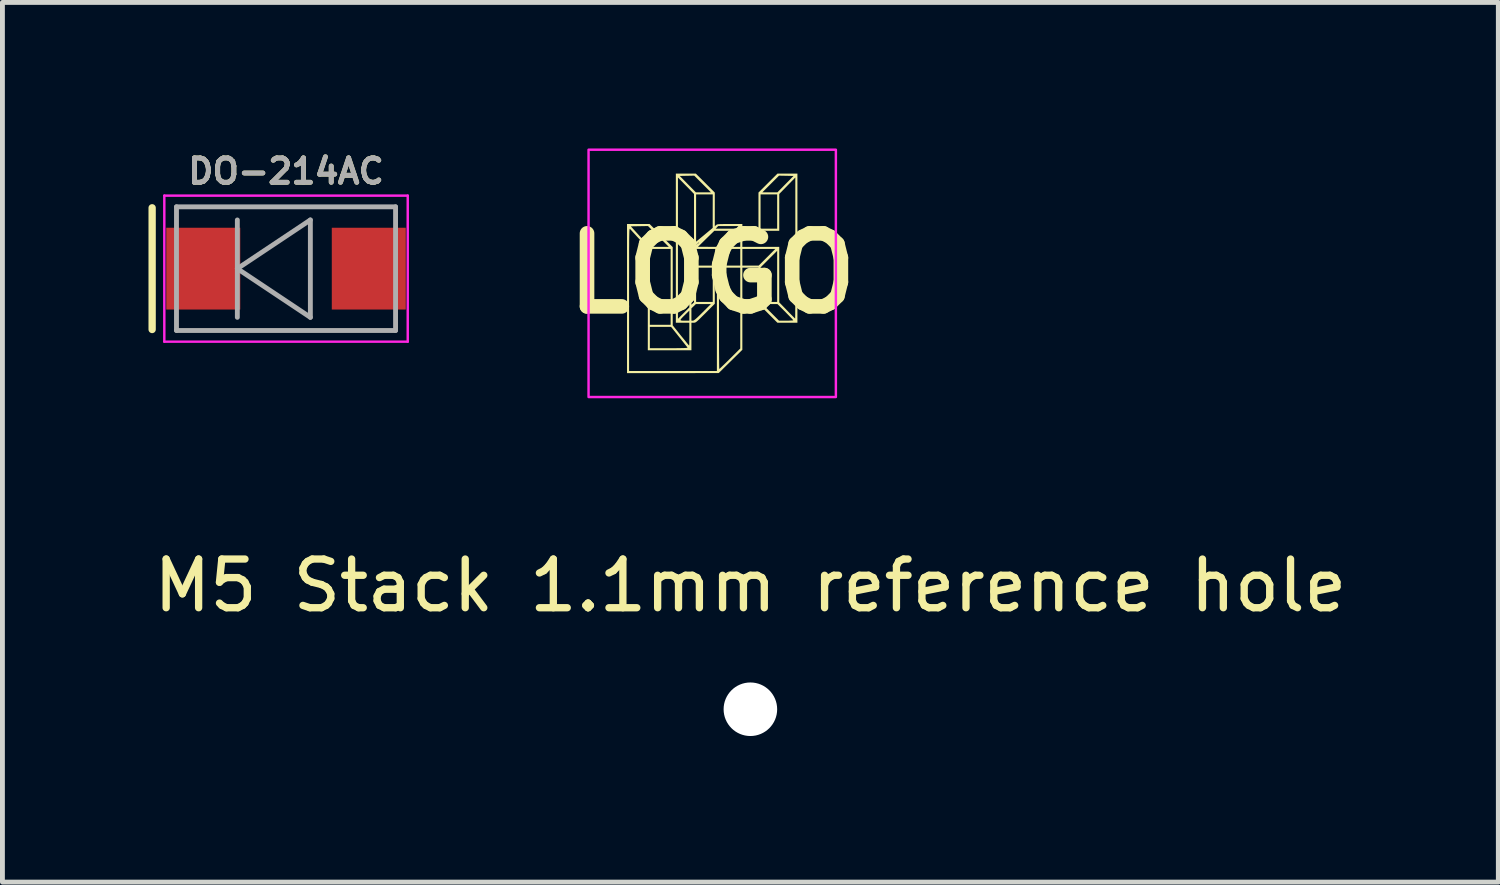
<source format=kicad_pcb>
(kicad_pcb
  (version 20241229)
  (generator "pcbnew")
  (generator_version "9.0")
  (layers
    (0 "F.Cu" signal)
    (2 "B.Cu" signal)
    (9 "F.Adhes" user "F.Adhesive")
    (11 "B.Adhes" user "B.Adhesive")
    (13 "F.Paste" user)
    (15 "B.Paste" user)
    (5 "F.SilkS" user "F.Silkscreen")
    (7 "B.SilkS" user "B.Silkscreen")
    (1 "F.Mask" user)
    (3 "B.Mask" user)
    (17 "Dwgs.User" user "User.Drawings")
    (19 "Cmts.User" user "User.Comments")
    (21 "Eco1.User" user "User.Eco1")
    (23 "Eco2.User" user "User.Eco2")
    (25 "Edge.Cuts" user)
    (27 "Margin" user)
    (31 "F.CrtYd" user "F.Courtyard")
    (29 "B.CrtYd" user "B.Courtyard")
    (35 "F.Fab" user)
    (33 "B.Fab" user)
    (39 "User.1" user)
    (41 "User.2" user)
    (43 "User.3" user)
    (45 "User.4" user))
  (footprint "M5 Stack 1.1mm reference hole"
    (layer "F.Cu")
    (at 12.363 11.518)
    (property "Reference" "M5 Stack 1.1mm reference hole" (at 0 -2.54 0) (layer "F.SilkS") (effects (font (size 1 1) (thickness 0.15))))
    (attr through_hole board_only exclude_from_pos_files exclude_from_bom allow_missing_courtyard)
    (pad "" np_thru_hole circle (at 0 0) (size 1.1 1.1) (drill 1.1) (layers "*.Cu" "*.Mask")))
  (footprint "LOGO"
    (layer "F.Cu")
    (at 11.579 2.565)
    (property "Reference" "LOGO" (at 0 0 0) (layer "F.SilkS") (effects (font (size 1.5 1.5) (thickness 0.3))))
    (attr board_only exclude_from_pos_files exclude_from_bom)
    (fp_poly (pts (xy -0.141 -1.854) (xy 0.053 -1.659) (xy 0.053 -1.313) (xy 0.053 -0.967) (xy 0.078 -0.991) (xy 0.087 -0.998) (xy 0.096 -1.003) (xy 0.11 -1.008) (xy 0.131 -1.01) (xy 0.162 -1.012) (xy 0.205 -1.013) (xy 0.263 -1.014) (xy 0.339 -1.014) (xy 0.361 -1.014) (xy 0.619 -1.014) (xy 0.619 -0.966) (xy 0.619 -0.918) (xy 0.784 -0.918) (xy 0.95 -0.918) (xy 0.95 -1.289) (xy 0.95 -1.622) (xy 0.993 -1.622) (xy 0.993 -1.27) (xy 0.993 -0.918) (xy 1.163 -0.918) (xy 1.334 -0.918) (xy 1.334 -1.27) (xy 1.334 -1.622) (xy 1.163 -1.622) (xy 0.993 -1.622) (xy 0.95 -1.622) (xy 0.95 -1.66) (xy 0.955 -1.665) (xy 1.03 -1.665) (xy 1.185 -1.665) (xy 1.34 -1.665) (xy 1.505 -1.833) (xy 1.67 -2.001) (xy 1.521 -2.004) (xy 1.372 -2.007) (xy 1.201 -1.836) (xy 1.03 -1.665) (xy 0.955 -1.665) (xy 1.145 -1.854) (xy 1.34 -2.049) (xy 1.545 -2.049) (xy 1.75 -2.049) (xy 1.75 -0.518) (xy 1.75 1.014) (xy 1.545 1.014) (xy 1.339 1.014) (xy 1.144 0.819) (xy 0.955 0.63) (xy 1.03 0.63) (xy 1.201 0.8) (xy 1.371 0.971) (xy 1.518 0.971) (xy 1.571 0.971) (xy 1.616 0.969) (xy 1.648 0.967) (xy 1.664 0.965) (xy 1.665 0.964) (xy 1.658 0.955) (xy 1.638 0.932) (xy 1.607 0.9) (xy 1.567 0.859) (xy 1.521 0.812) (xy 1.503 0.793) (xy 1.34 0.63) (xy 1.185 0.63) (xy 1.03 0.63) (xy 0.955 0.63) (xy 0.95 0.624) (xy 0.95 0.587) (xy 0.993 0.587) (xy 1.163 0.587) (xy 1.334 0.587) (xy 1.334 0.061) (xy 1.334 -0.464) (xy 1.163 -0.293) (xy 0.993 -0.123) (xy 0.993 0.232) (xy 0.993 0.587) (xy 0.95 0.587) (xy 0.95 0.253) (xy 0.95 -0.117) (xy 0.784 -0.117) (xy 0.619 -0.117) (xy 0.619 0.726) (xy 0.619 1.57) (xy 0.376 1.809) (xy 0.133 2.048) (xy -0.808 2.049) (xy -1.75 2.049) (xy -1.75 2.006) (xy -1.708 2.006) (xy -0.806 2.006) (xy 0.096 2.006) (xy 0.096 0.944) (xy 0.096 0.771) (xy 0.096 0.617) (xy 0.096 0.482) (xy 0.096 0.365) (xy 0.095 0.264) (xy 0.095 0.178) (xy 0.095 0.106) (xy 0.094 0.047) (xy 0.093 -0.001) (xy 0.092 -0.038) (xy 0.09 -0.066) (xy 0.089 -0.087) (xy 0.087 -0.101) (xy 0.084 -0.11) (xy 0.082 -0.115) (xy 0.079 -0.117) (xy 0.075 -0.117) (xy 0.075 -0.117) (xy 0.139 -0.117) (xy 0.139 0.923) (xy 0.139 1.07) (xy 0.139 1.211) (xy 0.139 1.344) (xy 0.14 1.468) (xy 0.14 1.582) (xy 0.141 1.684) (xy 0.142 1.772) (xy 0.142 1.845) (xy 0.143 1.902) (xy 0.144 1.941) (xy 0.145 1.961) (xy 0.146 1.964) (xy 0.155 1.956) (xy 0.177 1.936) (xy 0.21 1.904) (xy 0.253 1.863) (xy 0.302 1.815) (xy 0.357 1.761) (xy 0.364 1.754) (xy 0.576 1.543) (xy 0.576 0.713) (xy 0.576 -0.117) (xy 0.358 -0.117) (xy 0.139 -0.117) (xy 0.075 -0.117) (xy 0.069 -0.117) (xy 0.064 -0.114) (xy 0.061 -0.106) (xy 0.058 -0.092) (xy 0.056 -0.069) (xy 0.055 -0.035) (xy 0.054 0.012) (xy 0.054 0.075) (xy 0.053 0.154) (xy 0.053 0.252) (xy 0.053 0.253) (xy 0.053 0.624) (xy -0.141 0.819) (xy -0.201 0.878) (xy -0.247 0.924) (xy -0.282 0.958) (xy -0.309 0.982) (xy -0.329 0.998) (xy -0.345 1.008) (xy -0.359 1.012) (xy -0.372 1.014) (xy -0.381 1.014) (xy -0.427 1.014) (xy -0.427 1.297) (xy -0.427 1.579) (xy -0.875 1.579) (xy -1.323 1.579) (xy -1.323 1.099) (xy -1.281 1.099) (xy -1.281 1.318) (xy -1.281 1.537) (xy -0.891 1.537) (xy -0.786 1.537) (xy -0.7 1.536) (xy -0.633 1.535) (xy -0.582 1.534) (xy -0.546 1.532) (xy -0.522 1.53) (xy -0.511 1.527) (xy -0.508 1.524) (xy -0.508 1.523) (xy -0.517 1.512) (xy -0.537 1.486) (xy -0.567 1.448) (xy -0.604 1.401) (xy -0.647 1.347) (xy -0.681 1.305) (xy -0.845 1.099) (xy -1.063 1.099) (xy -1.281 1.099) (xy -1.323 1.099) (xy -1.323 0.534) (xy -1.323 -0.502) (xy -1.281 -0.502) (xy -1.281 0.277) (xy -1.281 1.057) (xy -1.067 1.057) (xy -0.854 1.057) (xy -0.854 0.277) (xy -0.854 -0.502) (xy -1.067 -0.502) (xy -1.281 -0.502) (xy -1.323 -0.502) (xy -1.323 -0.512) (xy -1.495 -0.702) (xy -1.545 -0.756) (xy -1.59 -0.806) (xy -1.63 -0.849) (xy -1.661 -0.883) (xy -1.681 -0.905) (xy -1.688 -0.912) (xy -1.69 -0.915) (xy -1.693 -0.915) (xy -1.695 -0.913) (xy -1.697 -0.907) (xy -1.699 -0.896) (xy -1.701 -0.879) (xy -1.702 -0.855) (xy -1.703 -0.823) (xy -1.704 -0.782) (xy -1.705 -0.731) (xy -1.706 -0.669) (xy -1.706 -0.594) (xy -1.707 -0.507) (xy -1.707 -0.405) (xy -1.707 -0.287) (xy -1.707 -0.154) (xy -1.707 -0.003) (xy -1.708 0.166) (xy -1.708 0.355) (xy -1.708 0.537) (xy -1.708 2.006) (xy -1.75 2.006) (xy -1.75 0.518) (xy -1.75 -0.966) (xy -1.672 -0.966) (xy -1.48 -0.755) (xy -1.288 -0.544) (xy -1.09 -0.544) (xy -0.891 -0.544) (xy -1.105 -0.758) (xy -1.319 -0.972) (xy -1.495 -0.969) (xy -1.672 -0.966) (xy -1.75 -0.966) (xy -1.75 -1.014) (xy -1.518 -1.014) (xy -1.286 -1.014) (xy -1.048 -0.776) (xy -0.811 -0.539) (xy -0.811 0.264) (xy -0.811 1.068) (xy -0.645 1.276) (xy -0.599 1.332) (xy -0.557 1.383) (xy -0.523 1.426) (xy -0.496 1.459) (xy -0.479 1.478) (xy -0.474 1.483) (xy -0.473 1.473) (xy -0.471 1.445) (xy -0.471 1.401) (xy -0.47 1.345) (xy -0.47 1.28) (xy -0.47 1.249) (xy -0.47 1.014) (xy -0.608 1.014) (xy -0.747 1.014) (xy -0.747 0.962) (xy -0.651 0.962) (xy -0.638 0.968) (xy -0.612 0.971) (xy -0.571 0.971) (xy -0.566 0.971) (xy -0.47 0.971) (xy -0.427 0.971) (xy -0.397 0.971) (xy -0.385 0.969) (xy -0.368 0.959) (xy -0.346 0.942) (xy -0.315 0.915) (xy -0.274 0.876) (xy -0.222 0.825) (xy -0.197 0.8) (xy -0.027 0.63) (xy -0.181 0.63) (xy -0.335 0.63) (xy -0.381 0.675) (xy -0.427 0.719) (xy -0.427 0.845) (xy -0.427 0.971) (xy -0.47 0.971) (xy -0.47 0.867) (xy -0.47 0.764) (xy -0.556 0.849) (xy -0.602 0.894) (xy -0.633 0.927) (xy -0.649 0.949) (xy -0.651 0.962) (xy -0.747 0.962) (xy -0.747 0.933) (xy -0.704 0.933) (xy -0.587 0.816) (xy -0.47 0.699) (xy -0.469 0.08) (xy -0.469 -0.502) (xy -0.427 -0.502) (xy -0.427 0.071) (xy -0.427 0.644) (xy -0.4 0.619) (xy -0.374 0.594) (xy -0.374 0.217) (xy -0.374 -0.117) (xy -0.331 -0.117) (xy -0.331 0.235) (xy -0.331 0.587) (xy -0.16 0.587) (xy 0.011 0.587) (xy 0.011 0.235) (xy 0.011 -0.117) (xy -0.16 -0.117) (xy -0.331 -0.117) (xy -0.374 -0.117) (xy -0.374 -0.16) (xy -0.139 -0.16) (xy 0.096 -0.16) (xy 0.096 -0.331) (xy 0.096 -0.502) (xy 0.139 -0.502) (xy 0.139 -0.331) (xy 0.139 -0.16) (xy 0.358 -0.16) (xy 0.576 -0.16) (xy 0.576 -0.331) (xy 0.576 -0.502) (xy 0.619 -0.502) (xy 0.619 -0.331) (xy 0.619 -0.16) (xy 0.787 -0.16) (xy 0.955 -0.16) (xy 1.126 -0.331) (xy 1.296 -0.502) (xy 0.958 -0.502) (xy 0.619 -0.502) (xy 0.576 -0.502) (xy 0.358 -0.502) (xy 0.139 -0.502) (xy 0.096 -0.502) (xy -0.165 -0.502) (xy -0.427 -0.502) (xy -0.469 -0.502) (xy -0.469 -0.539) (xy -0.461 -0.545) (xy -0.293 -0.545) (xy -0.094 -0.545) (xy 0.105 -0.544) (xy 0.176 -0.544) (xy 0.376 -0.544) (xy 0.576 -0.544) (xy 0.619 -0.544) (xy 0.998 -0.544) (xy 1.377 -0.544) (xy 1.377 0.026) (xy 1.377 0.596) (xy 1.538 0.762) (xy 1.585 0.811) (xy 1.628 0.854) (xy 1.663 0.889) (xy 1.688 0.914) (xy 1.702 0.927) (xy 1.703 0.928) (xy 1.704 0.918) (xy 1.704 0.887) (xy 1.705 0.838) (xy 1.705 0.771) (xy 1.706 0.687) (xy 1.706 0.588) (xy 1.706 0.476) (xy 1.707 0.35) (xy 1.707 0.213) (xy 1.707 0.066) (xy 1.707 -0.091) (xy 1.707 -0.255) (xy 1.707 -0.426) (xy 1.707 -0.52) (xy 1.707 -1.969) (xy 1.542 -1.8) (xy 1.377 -1.631) (xy 1.377 -1.253) (xy 1.377 -0.875) (xy 0.998 -0.875) (xy 0.619 -0.875) (xy 0.619 -0.71) (xy 0.619 -0.544) (xy 0.576 -0.544) (xy 0.576 -0.71) (xy 0.576 -0.875) (xy 0.541 -0.875) (xy 0.528 -0.874) (xy 0.514 -0.868) (xy 0.496 -0.856) (xy 0.472 -0.836) (xy 0.44 -0.807) (xy 0.398 -0.766) (xy 0.343 -0.711) (xy 0.342 -0.71) (xy 0.176 -0.544) (xy 0.105 -0.544) (xy 0.274 -0.709) (xy 0.443 -0.874) (xy 0.244 -0.875) (xy 0.044 -0.875) (xy -0.125 -0.71) (xy -0.293 -0.545) (xy -0.461 -0.545) (xy -0.421 -0.576) (xy -0.401 -0.592) (xy -0.331 -0.592) (xy -0.326 -0.587) (xy -0.32 -0.592) (xy -0.326 -0.598) (xy -0.307 -0.598) (xy -0.297 -0.605) (xy -0.283 -0.619) (xy -0.27 -0.634) (xy -0.269 -0.64) (xy -0.279 -0.633) (xy -0.293 -0.619) (xy -0.306 -0.604) (xy -0.307 -0.598) (xy -0.326 -0.598) (xy -0.331 -0.592) (xy -0.401 -0.592) (xy -0.374 -0.614) (xy -0.374 -1.123) (xy -0.374 -1.622) (xy -0.331 -1.622) (xy -0.331 -1.136) (xy -0.331 -0.651) (xy -0.16 -0.792) (xy -0.009 -0.918) (xy 0.071 -0.918) (xy 0.279 -0.918) (xy 0.487 -0.918) (xy 0.492 -0.923) (xy 0.566 -0.923) (xy 0.571 -0.918) (xy 0.576 -0.923) (xy 0.571 -0.928) (xy 0.566 -0.923) (xy 0.492 -0.923) (xy 0.512 -0.944) (xy 0.537 -0.971) (xy 0.329 -0.971) (xy 0.121 -0.971) (xy 0.096 -0.944) (xy 0.071 -0.918) (xy -0.009 -0.918) (xy 0.01 -0.934) (xy 0.01 -1.278) (xy 0.011 -1.622) (xy -0.16 -1.622) (xy -0.331 -1.622) (xy -0.374 -1.622) (xy -0.374 -1.632) (xy -0.539 -1.801) (xy -0.704 -1.969) (xy -0.704 -0.518) (xy -0.704 0.933) (xy -0.747 0.933) (xy -0.747 -0.518) (xy -0.747 -2.001) (xy -0.667 -2.001) (xy -0.502 -1.833) (xy -0.337 -1.665) (xy -0.182 -1.665) (xy -0.027 -1.665) (xy -0.198 -1.836) (xy -0.369 -2.007) (xy -0.518 -2.004) (xy -0.667 -2.001) (xy -0.747 -2.001) (xy -0.747 -2.049) (xy -0.542 -2.049) (xy -0.336 -2.049)) (stroke (width 0) (type solid)) (fill yes) (layer "F.SilkS"))
    (fp_rect (start -2.54 -2.54) (end 2.54 2.54) (stroke (width 0.05) (type default)) (fill no) (layer "F.CrtYd")))
  (footprint "DO-214AC"
    (layer "F.Cu")
    (at 2.825 2.468)
    (property "Reference" "DO-214AC" (at 0 -2 0) (layer "F.SilkS") (effects (font (size 0.5 0.5) (thickness 0.1))))
    (attr smd)
    (fp_line (start -2.75 -1.25) (end -2.75 1.25) (stroke (width 0.15) (type solid)) (layer "F.SilkS"))
    (fp_line (start -2.5 -1.5) (end 2.5 -1.5) (stroke (width 0.05) (type solid)) (layer "F.CrtYd"))
    (fp_line (start -2.5 1.5) (end -2.5 -1.5) (stroke (width 0.05) (type solid)) (layer "F.CrtYd"))
    (fp_line (start 2.5 -1.5) (end 2.5 1.5) (stroke (width 0.05) (type solid)) (layer "F.CrtYd"))
    (fp_line (start 2.5 1.5) (end -2.5 1.5) (stroke (width 0.05) (type solid)) (layer "F.CrtYd"))
    (fp_line (start -2.25 -1.27) (end 2.25 -1.27) (stroke (width 0.1) (type solid)) (layer "F.Fab"))
    (fp_line (start -2.25 1.27) (end -2.25 -1.27) (stroke (width 0.1) (type solid)) (layer "F.Fab"))
    (fp_line (start -1 -1) (end -1 1) (stroke (width 0.1) (type solid)) (layer "F.Fab"))
    (fp_line (start 0.5 -1) (end -1 0) (stroke (width 0.1) (type solid)) (layer "F.Fab"))
    (fp_line (start 0.5 -1) (end 0.5 1) (stroke (width 0.1) (type solid)) (layer "F.Fab"))
    (fp_line (start 0.5 1) (end -1 0) (stroke (width 0.1) (type solid)) (layer "F.Fab"))
    (fp_line (start 2.25 -1.27) (end 2.25 1.27) (stroke (width 0.1) (type solid)) (layer "F.Fab"))
    (fp_line (start 2.25 1.27) (end -2.25 1.27) (stroke (width 0.1) (type solid)) (layer "F.Fab"))
    (fp_text user "${REFERENCE}" (at 0 -2 0) (layer "F.Fab") (effects (font (size 0.5 0.5) (thickness 0.1))))
    (pad "A" smd rect (at 1.7 0) (size 1.52 1.68) (layers "F.Cu" "F.Mask" "F.Paste"))
    (pad "C" smd rect (at -1.7 0) (size 1.52 1.68) (layers "F.Cu" "F.Mask" "F.Paste")))
  (gr_rect
    (start -3 -3)
    (end 27.726 15.068)
    (stroke (width 0.1) (type default))
    (fill no)
    (layer "Edge.Cuts")))
</source>
